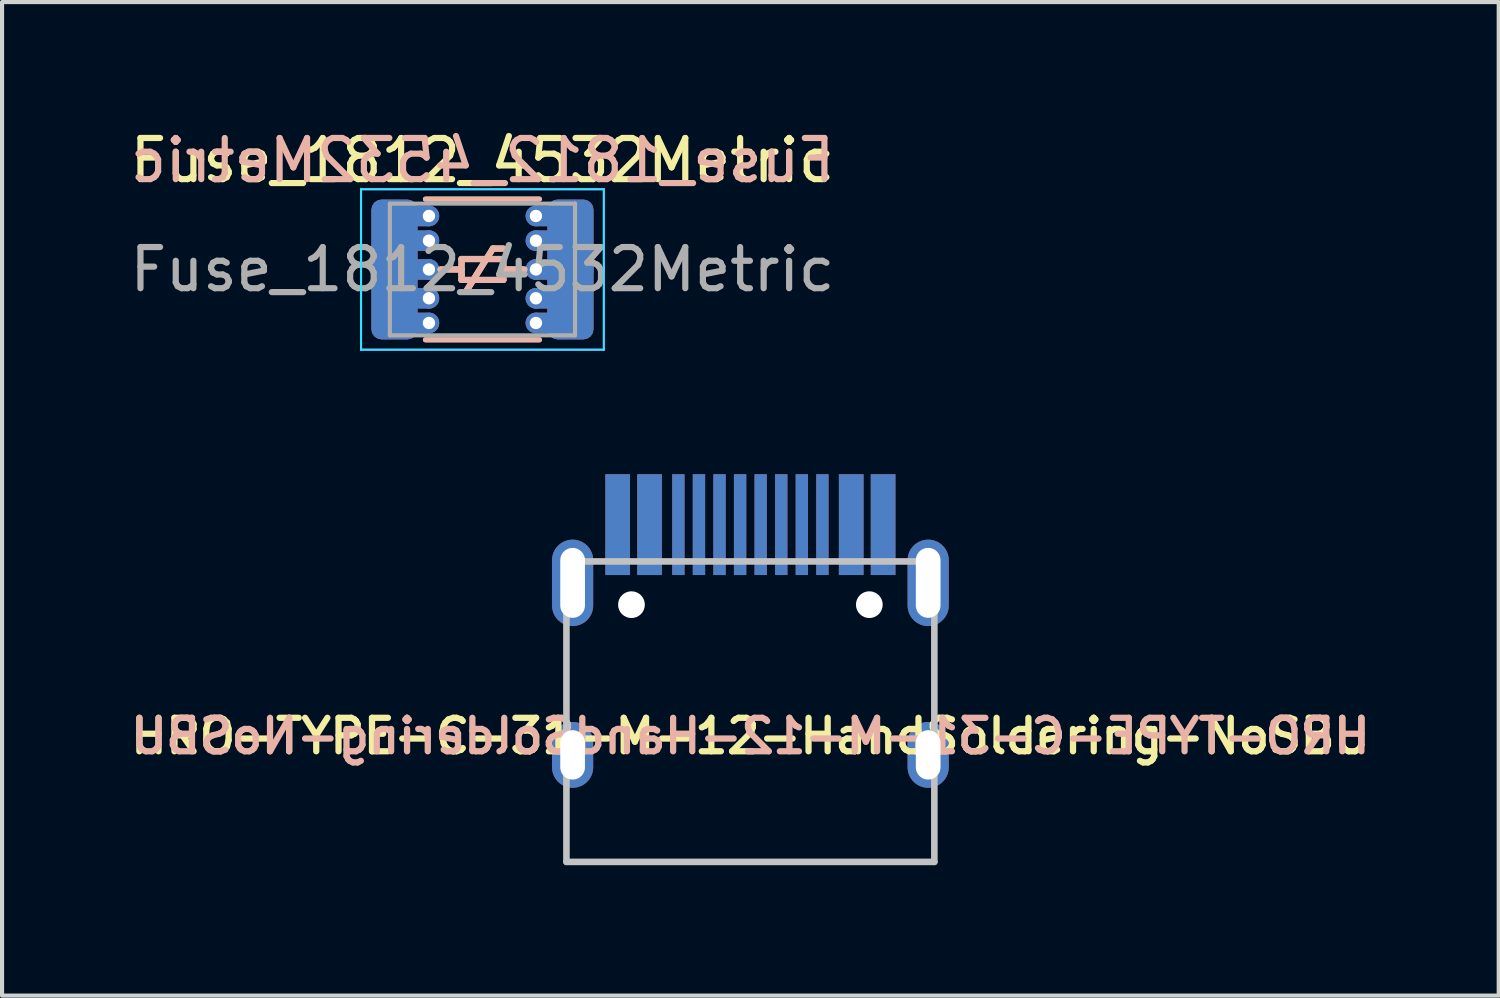
<source format=kicad_pcb>
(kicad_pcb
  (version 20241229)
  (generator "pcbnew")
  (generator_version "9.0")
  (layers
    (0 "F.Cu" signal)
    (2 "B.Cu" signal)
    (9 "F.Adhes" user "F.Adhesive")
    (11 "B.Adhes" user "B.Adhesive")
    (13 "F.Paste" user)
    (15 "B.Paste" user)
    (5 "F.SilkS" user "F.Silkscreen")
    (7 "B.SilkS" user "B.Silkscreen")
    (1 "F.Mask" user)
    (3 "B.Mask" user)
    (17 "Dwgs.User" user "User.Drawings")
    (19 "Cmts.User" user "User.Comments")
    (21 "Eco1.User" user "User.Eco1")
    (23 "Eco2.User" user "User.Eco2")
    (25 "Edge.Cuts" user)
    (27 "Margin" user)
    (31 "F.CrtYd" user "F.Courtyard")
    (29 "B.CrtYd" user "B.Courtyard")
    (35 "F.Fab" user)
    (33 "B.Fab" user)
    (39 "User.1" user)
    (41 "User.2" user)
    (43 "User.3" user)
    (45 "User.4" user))
  (footprint "Fuse_1812_4532Metric"
    (layer "F.Cu")
    (at 8.673 3.498)
    (property "Reference" "Fuse_1812_4532Metric" (at 0 -2.65 0) (layer "F.SilkS") (effects (font (size 1 1) (thickness 0.15))))
    (attr smd)
    (fp_line (start -1.386 -1.71) (end 1.386 -1.71) (stroke (width 0.12) (type solid)) (layer "F.SilkS"))
    (fp_line (start -1.386 1.71) (end 1.386 1.71) (stroke (width 0.12) (type solid)) (layer "F.SilkS"))
    (fp_line (start -0.508 -0.254) (end -0.508 0.127) (stroke (width 0.15) (type solid)) (layer "F.SilkS"))
    (fp_line (start -0.508 0) (end -1.016 0) (stroke (width 0.15) (type solid)) (layer "F.SilkS"))
    (fp_line (start -0.508 0.127) (end -0.508 0.254) (stroke (width 0.15) (type solid)) (layer "F.SilkS"))
    (fp_line (start -0.508 0.254) (end 0.508 0.254) (stroke (width 0.15) (type solid)) (layer "F.SilkS"))
    (fp_line (start -0.381 0.508) (end 0.254 -0.508) (stroke (width 0.15) (type solid)) (layer "F.SilkS"))
    (fp_line (start 0.254 -0.508) (end 0.508 -0.508) (stroke (width 0.15) (type solid)) (layer "F.SilkS"))
    (fp_line (start 0.508 -0.254) (end -0.508 -0.254) (stroke (width 0.15) (type solid)) (layer "F.SilkS"))
    (fp_line (start 0.508 0) (end 1.016 0) (stroke (width 0.15) (type solid)) (layer "F.SilkS"))
    (fp_line (start 0.508 0.254) (end 0.508 -0.254) (stroke (width 0.15) (type solid)) (layer "F.SilkS"))
    (fp_line (start -1.386 -1.71) (end 1.386 -1.71) (stroke (width 0.12) (type solid)) (layer "B.SilkS"))
    (fp_line (start -1.386 1.71) (end 1.386 1.71) (stroke (width 0.12) (type solid)) (layer "B.SilkS"))
    (fp_line (start -1.016 0) (end -0.508 0) (stroke (width 0.15) (type solid)) (layer "B.SilkS"))
    (fp_line (start -0.508 -0.254) (end -0.508 0.254) (stroke (width 0.15) (type solid)) (layer "B.SilkS"))
    (fp_line (start -0.508 0.254) (end 0.508 0.254) (stroke (width 0.15) (type solid)) (layer "B.SilkS"))
    (fp_line (start -0.381 0.508) (end 0.254 -0.508) (stroke (width 0.15) (type solid)) (layer "B.SilkS"))
    (fp_line (start 0.254 -0.508) (end 0.508 -0.508) (stroke (width 0.15) (type solid)) (layer "B.SilkS"))
    (fp_line (start 0.508 -0.254) (end -0.508 -0.254) (stroke (width 0.15) (type solid)) (layer "B.SilkS"))
    (fp_line (start 0.508 0) (end 1.016 0) (stroke (width 0.15) (type solid)) (layer "B.SilkS"))
    (fp_line (start 0.508 0.254) (end 0.508 -0.254) (stroke (width 0.15) (type solid)) (layer "B.SilkS"))
    (fp_line (start -2.95 -1.95) (end 2.95 -1.95) (stroke (width 0.05) (type solid)) (layer "B.CrtYd"))
    (fp_line (start -2.95 1.95) (end -2.95 -1.95) (stroke (width 0.05) (type solid)) (layer "B.CrtYd"))
    (fp_line (start 2.95 -1.95) (end 2.95 1.95) (stroke (width 0.05) (type solid)) (layer "B.CrtYd"))
    (fp_line (start 2.95 1.95) (end -2.95 1.95) (stroke (width 0.05) (type solid)) (layer "B.CrtYd"))
    (fp_line (start -2.95 -1.95) (end 2.95 -1.95) (stroke (width 0.05) (type solid)) (layer "F.CrtYd"))
    (fp_line (start -2.95 1.95) (end -2.95 -1.95) (stroke (width 0.05) (type solid)) (layer "F.CrtYd"))
    (fp_line (start 2.95 -1.95) (end 2.95 1.95) (stroke (width 0.05) (type solid)) (layer "F.CrtYd"))
    (fp_line (start 2.95 1.95) (end -2.95 1.95) (stroke (width 0.05) (type solid)) (layer "F.CrtYd"))
    (fp_line (start -2.25 -1.6) (end 2.25 -1.6) (stroke (width 0.1) (type solid)) (layer "F.Fab"))
    (fp_line (start -2.25 1.6) (end -2.25 -1.6) (stroke (width 0.1) (type solid)) (layer "F.Fab"))
    (fp_line (start 2.25 -1.6) (end 2.25 1.6) (stroke (width 0.1) (type solid)) (layer "F.Fab"))
    (fp_line (start 2.25 1.6) (end -2.25 1.6) (stroke (width 0.1) (type solid)) (layer "F.Fab"))
    (fp_text user "${REFERENCE}" (at 0 -2.65 0) (layer "B.SilkS") (effects (font (size 1 1) (thickness 0.15)) (justify mirror)))
    (fp_text user "${REFERENCE}" (at 0 0 0) (layer "F.Fab") (effects (font (size 1 1) (thickness 0.15))))
    (pad "1" smd custom (at -2.138 0) (size 1.125 1.125) (layers "F.Cu") (options (anchor circle)) (primitives (gr_line (start 0.838 -1.3) (end 0.037 -1.3) (width 0.5)) (gr_line (start 0.037 -1.3) (end 0.037 1.3) (width 0.5)) (gr_line (start 0.838 0) (end 0.037 0) (width 0.5)) (gr_line (start 0.037 1.3) (end 0.838 1.3) (width 0.5)) (gr_line (start 0.838 0.7) (end 0.037 0.7) (width 0.5)) (gr_line (start 0.838 -0.7) (end 0.037 -0.7) (width 0.5))))
    (pad "1" smd custom (at -2.138 0) (size 1.125 1.125) (layers "B.Cu") (options (anchor circle)) (primitives (gr_line (start 0.838 -1.3) (end 0.037 -1.3) (width 0.5)) (gr_line (start 0.037 -1.3) (end 0.037 1.3) (width 0.5)) (gr_line (start 0.838 0) (end 0.037 0) (width 0.5)) (gr_line (start 0.037 1.3) (end 0.838 1.3) (width 0.5)) (gr_line (start 0.838 -0.7) (end 0.037 -0.7) (width 0.5)) (gr_line (start 0.838 0.7) (end 0.037 0.7) (width 0.5))))
    (pad "1" smd roundrect (at -2.138 0) (size 1.125 3.4) (layers "F.Cu" "F.Mask" "F.Paste") (roundrect_rratio 0.222))
    (pad "1" smd roundrect (at -2.138 0) (size 1.125 3.4) (layers "B.Cu" "B.Mask" "B.Paste") (roundrect_rratio 0.222))
    (pad "1" thru_hole circle (at -1.3 -1.3) (size 0.5 0.5) (drill 0.3) (layers "*.Cu"))
    (pad "1" thru_hole circle (at -1.3 -0.7) (size 0.5 0.5) (drill 0.3) (layers "*.Cu"))
    (pad "1" thru_hole circle (at -1.3 0) (size 0.5 0.5) (drill 0.3) (layers "*.Cu"))
    (pad "1" thru_hole circle (at -1.3 0.7) (size 0.5 0.5) (drill 0.3) (layers "*.Cu"))
    (pad "1" thru_hole circle (at -1.3 1.3) (size 0.5 0.5) (drill 0.3) (layers "*.Cu"))
    (pad "2" thru_hole circle (at 1.3 -1.3) (size 0.5 0.5) (drill 0.3) (layers "*.Cu"))
    (pad "2" thru_hole circle (at 1.3 -0.7) (size 0.5 0.5) (drill 0.3) (layers "*.Cu"))
    (pad "2" thru_hole circle (at 1.3 0) (size 0.5 0.5) (drill 0.3) (layers "*.Cu"))
    (pad "2" thru_hole circle (at 1.3 0.7) (size 0.5 0.5) (drill 0.3) (layers "*.Cu"))
    (pad "2" thru_hole circle (at 1.3 1.3) (size 0.5 0.5) (drill 0.3) (layers "*.Cu"))
    (pad "2" smd custom (at 2.138 0) (size 1.125 1.125) (layers "F.Cu") (options (anchor circle)) (primitives (gr_line (start -0.838 -1.3) (end -0.037 -1.3) (width 0.5)) (gr_line (start -0.037 1.3) (end -0.838 1.3) (width 0.5)) (gr_line (start -0.838 0) (end -0.037 0) (width 0.5)) (gr_line (start -0.037 -1.3) (end -0.037 1.3) (width 0.5)) (gr_line (start -0.838 -0.7) (end -0.037 -0.7) (width 0.5)) (gr_line (start -0.838 0.7) (end -0.037 0.7) (width 0.5))))
    (pad "2" smd custom (at 2.138 0) (size 1.125 1.125) (layers "B.Cu") (options (anchor circle)) (primitives (gr_line (start -0.838 -1.3) (end -0.037 -1.3) (width 0.5)) (gr_line (start -0.037 1.3) (end -0.838 1.3) (width 0.5)) (gr_line (start -0.838 0) (end -0.037 0) (width 0.5)) (gr_line (start -0.037 -1.3) (end -0.037 1.3) (width 0.5)) (gr_line (start -0.838 -0.7) (end -0.037 -0.7) (width 0.5)) (gr_line (start -0.838 0.7) (end -0.037 0.7) (width 0.5))))
    (pad "2" smd roundrect (at 2.138 0) (size 1.125 3.4) (layers "F.Cu" "F.Mask" "F.Paste") (roundrect_rratio 0.222))
    (pad "2" smd roundrect (at 2.138 0) (size 1.125 3.4) (layers "B.Cu" "B.Mask" "B.Paste") (roundrect_rratio 0.222)))
  (footprint "HRO-TYPE-C-31-M-12-HandSoldering-NoSBU"
    (layer "F.Cu")
    (at 15.184 17.893)
    (property "Reference" "HRO-TYPE-C-31-M-12-HandSoldering-NoSBU" (at 0 -3.056 0) (layer "F.SilkS") (effects (font (size 0.813 0.813) (thickness 0.152))))
    (attr smd)
    (fp_line (start -4.47 -7.3) (end 4.47 -7.3) (stroke (width 0.16) (type solid)) (layer "Dwgs.User"))
    (fp_line (start -4.47 0) (end -4.47 -7.3) (stroke (width 0.16) (type solid)) (layer "Dwgs.User"))
    (fp_line (start -4.47 0) (end 4.47 0) (stroke (width 0.16) (type solid)) (layer "Dwgs.User"))
    (fp_line (start 4.47 0) (end 4.47 -7.3) (stroke (width 0.16) (type solid)) (layer "Dwgs.User"))
    (fp_text user "${REFERENCE}" (at 0 -3.056 0) (layer "B.SilkS") (effects (font (size 0.813 0.813) (thickness 0.152)) (justify mirror)))
    (pad "" np_thru_hole circle (at -2.89 -6.25) (size 0.65 0.65) (drill 0.65) (layers "*.Cu" "*.Mask"))
    (pad "" np_thru_hole circle (at 2.89 -6.25) (size 0.65 0.65) (drill 0.65) (layers "*.Cu" "*.Mask"))
    (pad "A1" smd rect (at -3.225 -8.195) (size 0.6 2.45) (layers "F.Cu" "F.Mask" "F.Paste"))
    (pad "A1" smd rect (at 3.225 -8.195) (size 0.6 2.45) (layers "B.Cu" "B.Mask" "B.Paste"))
    (pad "A4" smd rect (at -2.45 -8.195) (size 0.6 2.45) (layers "F.Cu" "F.Mask" "F.Paste"))
    (pad "A4" smd rect (at 2.45 -8.195) (size 0.6 2.45) (layers "B.Cu" "B.Mask" "B.Paste"))
    (pad "A5" smd rect (at -1.25 -8.195) (size 0.3 2.45) (layers "F.Cu" "F.Mask" "F.Paste"))
    (pad "A5" smd rect (at 1.25 -8.195) (size 0.3 2.45) (layers "B.Cu" "B.Mask" "B.Paste"))
    (pad "A6" smd rect (at -0.25 -8.195) (size 0.3 2.45) (layers "F.Cu" "F.Mask" "F.Paste"))
    (pad "A6" smd rect (at 0.25 -8.195) (size 0.3 2.45) (layers "B.Cu" "B.Mask" "B.Paste"))
    (pad "A7" smd rect (at -0.25 -8.195) (size 0.3 2.45) (layers "B.Cu" "B.Mask" "B.Paste"))
    (pad "A7" smd rect (at 0.25 -8.195) (size 0.3 2.45) (layers "F.Cu" "F.Mask" "F.Paste"))
    (pad "B1" smd rect (at -3.225 -8.195) (size 0.6 2.45) (layers "B.Cu" "B.Mask" "B.Paste"))
    (pad "B1" smd rect (at 3.225 -8.195) (size 0.6 2.45) (layers "F.Cu" "F.Mask" "F.Paste"))
    (pad "B4" smd rect (at -2.45 -8.195) (size 0.6 2.45) (layers "B.Cu" "B.Mask" "B.Paste"))
    (pad "B4" smd rect (at 2.45 -8.195) (size 0.6 2.45) (layers "F.Cu" "F.Mask" "F.Paste"))
    (pad "B5" smd rect (at -1.75 -8.195) (size 0.3 2.45) (layers "B.Cu" "B.Mask" "B.Paste"))
    (pad "B5" smd rect (at 1.75 -8.195) (size 0.3 2.45) (layers "F.Cu" "F.Mask" "F.Paste"))
    (pad "B6" smd rect (at -0.75 -8.195) (size 0.3 2.45) (layers "B.Cu" "B.Mask" "B.Paste"))
    (pad "B6" smd rect (at 0.75 -8.195) (size 0.3 2.45) (layers "F.Cu" "F.Mask" "F.Paste"))
    (pad "B7" smd rect (at -0.75 -8.195) (size 0.3 2.45) (layers "F.Cu" "F.Mask" "F.Paste"))
    (pad "B7" smd rect (at 0.75 -8.195) (size 0.3 2.45) (layers "B.Cu" "B.Mask" "B.Paste"))
    (pad "S1" thru_hole oval (at -4.32 -6.78) (size 1 2.1) (drill oval 0.6 1.7) (layers "*.Cu" "*.Mask"))
    (pad "S1" thru_hole oval (at -4.32 -2.6) (size 1 1.6) (drill oval 0.6 1.2) (layers "*.Cu" "*.Mask"))
    (pad "S1" thru_hole oval (at 4.32 -6.78) (size 1 2.1) (drill oval 0.6 1.7) (layers "*.Cu" "*.Mask"))
    (pad "S1" thru_hole oval (at 4.32 -2.6) (size 1 1.6) (drill oval 0.6 1.2) (layers "*.Cu" "*.Mask"))
    (pad "~" smd rect (at -1.75 -8.195) (size 0.3 2.45) (layers "F.Cu" "F.Mask" "F.Paste"))
    (pad "~" smd rect (at -1.25 -8.195) (size 0.3 2.45) (layers "B.Cu" "B.Mask" "B.Paste"))
    (pad "~" smd rect (at 1.25 -8.195) (size 0.3 2.45) (layers "F.Cu" "F.Mask" "F.Paste"))
    (pad "~" smd rect (at 1.75 -8.195) (size 0.3 2.45) (layers "B.Cu" "B.Mask" "B.Paste")))
  (gr_rect
    (start -3 -3)
    (end 33.368 21.143)
    (stroke (width 0.1) (type default))
    (fill no)
    (layer "Edge.Cuts")))
</source>
